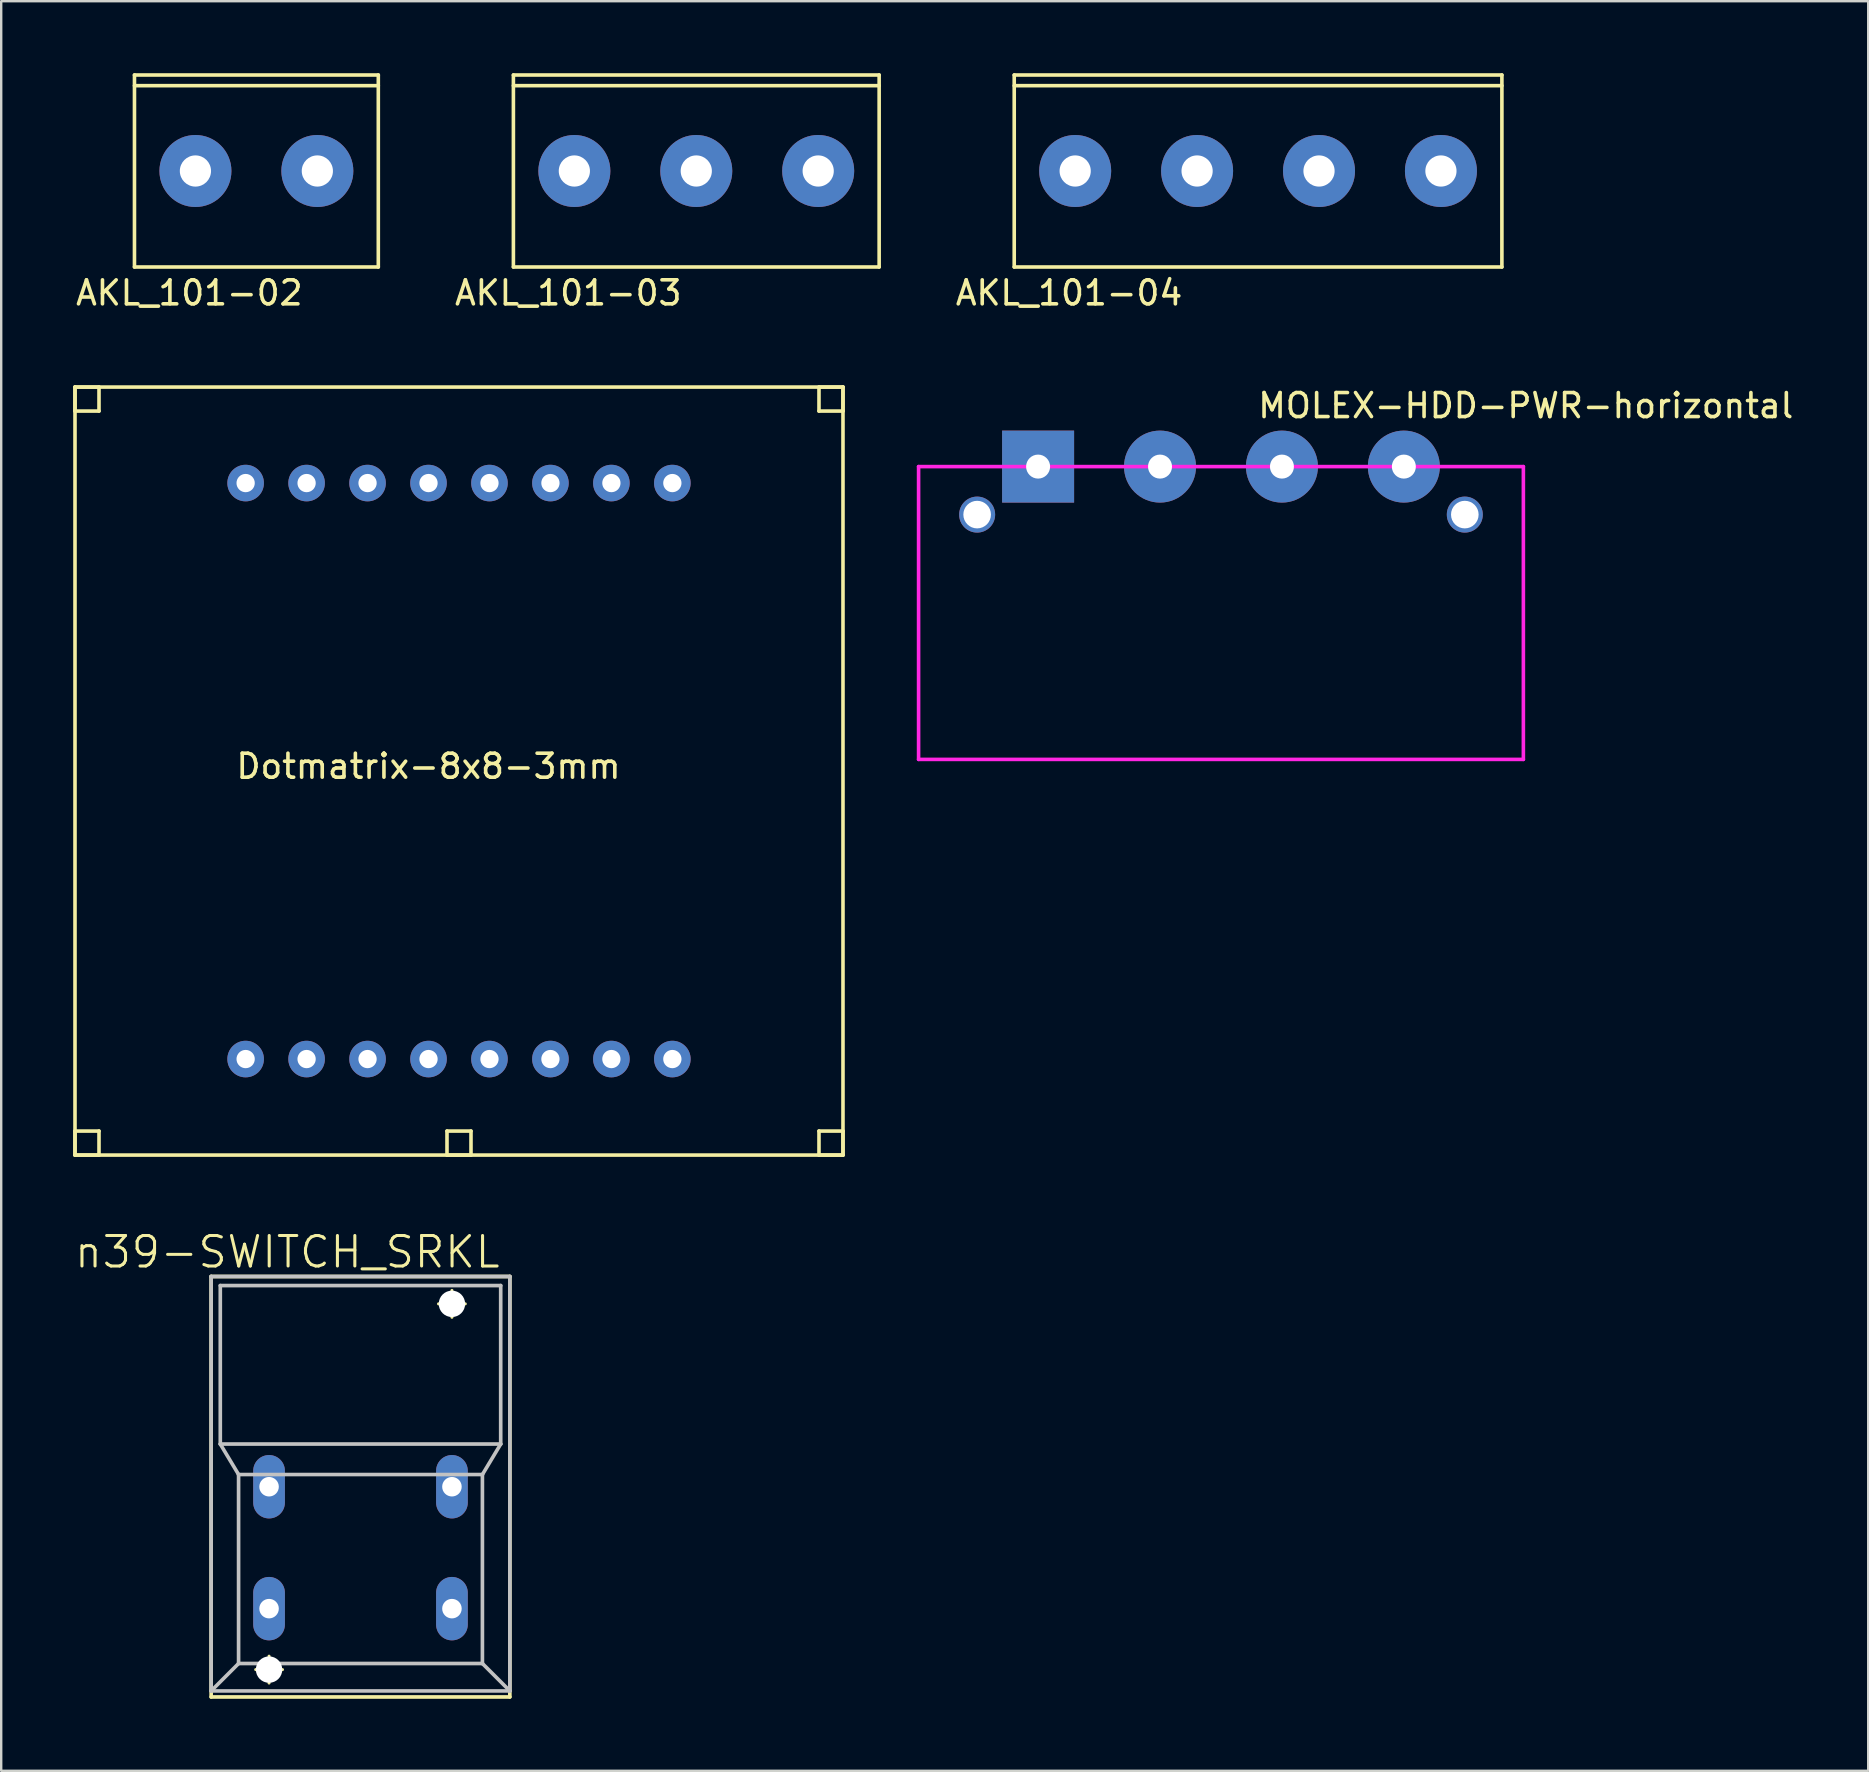
<source format=kicad_pcb>
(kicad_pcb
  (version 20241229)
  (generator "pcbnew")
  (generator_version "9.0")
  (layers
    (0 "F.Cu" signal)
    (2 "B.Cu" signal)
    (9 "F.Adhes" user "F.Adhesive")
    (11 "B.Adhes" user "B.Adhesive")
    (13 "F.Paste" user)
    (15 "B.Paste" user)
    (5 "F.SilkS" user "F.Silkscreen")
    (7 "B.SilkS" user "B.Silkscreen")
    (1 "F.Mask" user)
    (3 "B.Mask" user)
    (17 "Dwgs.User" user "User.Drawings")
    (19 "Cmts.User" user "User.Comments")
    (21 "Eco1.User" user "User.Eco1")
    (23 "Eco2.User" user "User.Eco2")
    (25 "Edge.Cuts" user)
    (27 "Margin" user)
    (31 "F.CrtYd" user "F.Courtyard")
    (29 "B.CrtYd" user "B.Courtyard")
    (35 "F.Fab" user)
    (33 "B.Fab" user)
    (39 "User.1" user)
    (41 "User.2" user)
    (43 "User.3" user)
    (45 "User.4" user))
  (footprint "AKL_101-02"
    (layer "F.Cu")
    (at 5.093 4.075)
    (property "Reference" "AKL_101-02" (at -0.254 5.08 0) (layer "F.SilkS") (effects (font (size 1 1) (thickness 0.15))))
    (attr through_hole)
    (fp_line (start -2.54 -4) (end -2.54 4) (stroke (width 0.15) (type solid)) (layer "F.SilkS"))
    (fp_line (start -2.54 -4) (end 7.62 -4) (stroke (width 0.15) (type solid)) (layer "F.SilkS"))
    (fp_line (start -2.54 -3.556) (end 7.62 -3.556) (stroke (width 0.15) (type solid)) (layer "F.SilkS"))
    (fp_line (start -2.54 4) (end 7.62 4) (stroke (width 0.15) (type solid)) (layer "F.SilkS"))
    (fp_line (start 7.62 -4) (end 7.62 4) (stroke (width 0.15) (type solid)) (layer "F.SilkS"))
    (pad "1" thru_hole circle (at 0 0) (size 3 3) (drill 1.3) (layers "*.Cu" "*.Mask"))
    (pad "2" thru_hole circle (at 5.08 0) (size 3 3) (drill 1.3) (layers "*.Cu" "*.Mask")))
  (footprint "Dotmatrix-8x8-3mm"
    (layer "F.Cu")
    (at 14.805 28.378)
    (property "Reference" "Dotmatrix-8x8-3mm" (at 0 0.5 0) (layer "F.SilkS") (effects (font (size 1 1) (thickness 0.15))))
    (attr through_hole)
    (fp_line (start -14.73 -15.3) (end -14.73 16.7) (stroke (width 0.15) (type solid)) (layer "F.SilkS"))
    (fp_line (start -14.73 -15.3) (end -13.73 -15.3) (stroke (width 0.15) (type solid)) (layer "F.SilkS"))
    (fp_line (start -14.73 -14.3) (end -14.73 -15.3) (stroke (width 0.15) (type solid)) (layer "F.SilkS"))
    (fp_line (start -14.73 15.7) (end -13.73 15.7) (stroke (width 0.15) (type solid)) (layer "F.SilkS"))
    (fp_line (start -14.73 16.7) (end -14.73 15.7) (stroke (width 0.15) (type solid)) (layer "F.SilkS"))
    (fp_line (start -14.73 16.7) (end 17.27 16.7) (stroke (width 0.15) (type solid)) (layer "F.SilkS"))
    (fp_line (start -13.73 -15.3) (end -13.73 -14.3) (stroke (width 0.15) (type solid)) (layer "F.SilkS"))
    (fp_line (start -13.73 -14.3) (end -14.73 -14.3) (stroke (width 0.15) (type solid)) (layer "F.SilkS"))
    (fp_line (start -13.73 15.7) (end -13.73 16.7) (stroke (width 0.15) (type solid)) (layer "F.SilkS"))
    (fp_line (start -13.73 16.7) (end -14.73 16.7) (stroke (width 0.15) (type solid)) (layer "F.SilkS"))
    (fp_line (start 0.77 15.7) (end 1.77 15.7) (stroke (width 0.15) (type solid)) (layer "F.SilkS"))
    (fp_line (start 0.77 16.7) (end 0.77 15.7) (stroke (width 0.15) (type solid)) (layer "F.SilkS"))
    (fp_line (start 1.77 15.7) (end 1.77 16.7) (stroke (width 0.15) (type solid)) (layer "F.SilkS"))
    (fp_line (start 1.77 16.7) (end 0.77 16.7) (stroke (width 0.15) (type solid)) (layer "F.SilkS"))
    (fp_line (start 16.27 -15.3) (end 17.27 -15.3) (stroke (width 0.15) (type solid)) (layer "F.SilkS"))
    (fp_line (start 16.27 -14.3) (end 16.27 -15.3) (stroke (width 0.15) (type solid)) (layer "F.SilkS"))
    (fp_line (start 16.27 15.7) (end 17.27 15.7) (stroke (width 0.15) (type solid)) (layer "F.SilkS"))
    (fp_line (start 16.27 16.7) (end 16.27 15.7) (stroke (width 0.15) (type solid)) (layer "F.SilkS"))
    (fp_line (start 17.27 -15.3) (end -14.73 -15.3) (stroke (width 0.15) (type solid)) (layer "F.SilkS"))
    (fp_line (start 17.27 -15.3) (end 17.27 -14.3) (stroke (width 0.15) (type solid)) (layer "F.SilkS"))
    (fp_line (start 17.27 -14.3) (end 16.27 -14.3) (stroke (width 0.15) (type solid)) (layer "F.SilkS"))
    (fp_line (start 17.27 15.7) (end 17.27 16.7) (stroke (width 0.15) (type solid)) (layer "F.SilkS"))
    (fp_line (start 17.27 16.7) (end 16.27 16.7) (stroke (width 0.15) (type solid)) (layer "F.SilkS"))
    (fp_line (start 17.27 16.7) (end 17.27 -15.3) (stroke (width 0.15) (type solid)) (layer "F.SilkS"))
    (pad "1" thru_hole circle (at -7.62 12.7) (size 1.524 1.524) (drill 0.762) (layers "*.Cu" "*.Mask"))
    (pad "2" thru_hole circle (at -5.08 12.7) (size 1.524 1.524) (drill 0.762) (layers "*.Cu" "*.Mask"))
    (pad "3" thru_hole circle (at -2.54 12.7) (size 1.524 1.524) (drill 0.762) (layers "*.Cu" "*.Mask"))
    (pad "4" thru_hole circle (at 0 12.7) (size 1.524 1.524) (drill 0.762) (layers "*.Cu" "*.Mask"))
    (pad "5" thru_hole circle (at 2.54 12.7) (size 1.524 1.524) (drill 0.762) (layers "*.Cu" "*.Mask"))
    (pad "6" thru_hole circle (at 5.08 12.7) (size 1.524 1.524) (drill 0.762) (layers "*.Cu" "*.Mask"))
    (pad "7" thru_hole circle (at 7.62 12.7) (size 1.524 1.524) (drill 0.762) (layers "*.Cu" "*.Mask"))
    (pad "8" thru_hole circle (at 10.16 12.7) (size 1.524 1.524) (drill 0.762) (layers "*.Cu" "*.Mask"))
    (pad "9" thru_hole circle (at 10.16 -11.3) (size 1.524 1.524) (drill 0.762) (layers "*.Cu" "*.Mask"))
    (pad "10" thru_hole circle (at 7.62 -11.3) (size 1.524 1.524) (drill 0.762) (layers "*.Cu" "*.Mask"))
    (pad "11" thru_hole circle (at 5.08 -11.3) (size 1.524 1.524) (drill 0.762) (layers "*.Cu" "*.Mask"))
    (pad "12" thru_hole circle (at 2.54 -11.3) (size 1.524 1.524) (drill 0.762) (layers "*.Cu" "*.Mask"))
    (pad "13" thru_hole circle (at 0 -11.3) (size 1.524 1.524) (drill 0.762) (layers "*.Cu" "*.Mask"))
    (pad "14" thru_hole circle (at -2.54 -11.3) (size 1.524 1.524) (drill 0.762) (layers "*.Cu" "*.Mask"))
    (pad "15" thru_hole circle (at -5.08 -11.3) (size 1.524 1.524) (drill 0.762) (layers "*.Cu" "*.Mask"))
    (pad "16" thru_hole circle (at -7.62 -11.3) (size 1.524 1.524) (drill 0.762) (layers "*.Cu" "*.Mask")))
  (footprint "AKL_101-03"
    (layer "F.Cu")
    (at 20.882 4.075)
    (property "Reference" "AKL_101-03" (at -0.254 5.08 0) (layer "F.SilkS") (effects (font (size 1 1) (thickness 0.15))))
    (attr through_hole)
    (fp_line (start -2.54 -4) (end -2.54 4) (stroke (width 0.15) (type solid)) (layer "F.SilkS"))
    (fp_line (start -2.54 -4) (end 12.7 -4) (stroke (width 0.15) (type solid)) (layer "F.SilkS"))
    (fp_line (start -2.54 -3.556) (end 12.7 -3.556) (stroke (width 0.15) (type solid)) (layer "F.SilkS"))
    (fp_line (start -2.54 4) (end 12.7 4) (stroke (width 0.15) (type solid)) (layer "F.SilkS"))
    (fp_line (start 12.7 -4) (end 12.7 4) (stroke (width 0.15) (type solid)) (layer "F.SilkS"))
    (pad "1" thru_hole circle (at 0 0) (size 3 3) (drill 1.3) (layers "*.Cu" "*.Mask"))
    (pad "2" thru_hole circle (at 5.08 0) (size 3 3) (drill 1.3) (layers "*.Cu" "*.Mask"))
    (pad "3" thru_hole circle (at 10.16 0) (size 3 3) (drill 1.3) (layers "*.Cu" "*.Mask")))
  (footprint "MOLEX-HDD-PWR-horizontal"
    (layer "F.Cu")
    (at 47.825 16.392)
    (property "Reference" "MOLEX-HDD-PWR-horizontal" (at 12.7 -2.54 0) (layer "F.SilkS") (effects (font (size 1 1) (thickness 0.15))))
    (attr through_hole)
    (fp_line (start -12.6 0) (end -12.6 12.2) (stroke (width 0.15) (type solid)) (layer "F.CrtYd"))
    (fp_line (start -12.6 0) (end 12.6 0) (stroke (width 0.15) (type solid)) (layer "F.CrtYd"))
    (fp_line (start -12.6 12.2) (end 12.6 12.2) (stroke (width 0.15) (type solid)) (layer "F.CrtYd"))
    (fp_line (start 12.6 0) (end 12.6 12.2) (stroke (width 0.15) (type solid)) (layer "F.CrtYd"))
    (pad "" np_thru_hole circle (at -10.16 2) (size 1.5 1.5) (drill 1.15) (layers "*.Cu" "*.Mask"))
    (pad "" np_thru_hole circle (at 10.16 2) (size 1.5 1.5) (drill 1.15) (layers "*.Cu" "*.Mask"))
    (pad "1" thru_hole rect (at -7.62 0) (size 3 3) (drill 1) (layers "*.Cu" "*.Mask"))
    (pad "2" thru_hole circle (at -2.54 0) (size 3 3) (drill 1) (layers "*.Cu" "*.Mask"))
    (pad "3" thru_hole circle (at 2.54 0) (size 3 3) (drill 1) (layers "*.Cu" "*.Mask"))
    (pad "4" thru_hole circle (at 7.62 0) (size 3 3) (drill 1) (layers "*.Cu" "*.Mask")))
  (footprint "n39-SWITCH_SRKL"
    (layer "F.Cu")
    (at 11.971 58.898)
    (property "Reference" "n39-SWITCH_SRKL" (at -3.048 -9.779 0) (layer "F.SilkS") (effects (font (size 1.27 1.27) (thickness 0.127))))
    (attr exclude_from_pos_files exclude_from_bom)
    (fp_line (start -6.223 8.76) (end -6.223 -8.76) (stroke (width 0.152) (type solid)) (layer "F.SilkS"))
    (fp_line (start -6.223 8.76) (end 6.223 8.76) (stroke (width 0.152) (type solid)) (layer "F.SilkS"))
    (fp_line (start -4.366 7.62) (end -3.251 7.62) (stroke (width 0.127) (type solid)) (layer "F.SilkS"))
    (fp_line (start -3.81 8.179) (end -3.81 7.061) (stroke (width 0.127) (type solid)) (layer "F.SilkS"))
    (fp_line (start 3.251 -7.62) (end 4.366 -7.62) (stroke (width 0.127) (type solid)) (layer "F.SilkS"))
    (fp_line (start 3.81 -7.061) (end 3.81 -8.179) (stroke (width 0.127) (type solid)) (layer "F.SilkS"))
    (fp_line (start 6.223 -8.76) (end -6.223 -8.76) (stroke (width 0.152) (type solid)) (layer "F.SilkS"))
    (fp_line (start 6.223 -8.76) (end 6.223 8.76) (stroke (width 0.152) (type solid)) (layer "F.SilkS"))
    (fp_circle (center -3.81 7.62) (end -4.089 7.899) (stroke (width 0.127) (type solid)) (fill no) (layer "F.SilkS"))
    (fp_circle (center 3.81 -7.62) (end 4.089 -7.899) (stroke (width 0.127) (type solid)) (fill no) (layer "F.SilkS"))
    (fp_line (start -6.223 -8.76) (end -6.223 8.509) (stroke (width 0.152) (type solid)) (layer "Dwgs.User"))
    (fp_line (start -5.842 -1.778) (end -5.842 -8.382) (stroke (width 0.152) (type solid)) (layer "Dwgs.User"))
    (fp_line (start -5.842 -1.778) (end -5.08 -0.508) (stroke (width 0.152) (type solid)) (layer "Dwgs.User"))
    (fp_line (start -5.842 -1.778) (end 5.842 -1.778) (stroke (width 0.152) (type solid)) (layer "Dwgs.User"))
    (fp_line (start -5.08 7.366) (end -6.223 8.509) (stroke (width 0.152) (type solid)) (layer "Dwgs.User"))
    (fp_line (start -5.08 7.366) (end -5.08 -0.508) (stroke (width 0.152) (type solid)) (layer "Dwgs.User"))
    (fp_line (start -5.08 7.366) (end 5.08 7.366) (stroke (width 0.152) (type solid)) (layer "Dwgs.User"))
    (fp_line (start 5.08 -0.508) (end -5.08 -0.508) (stroke (width 0.152) (type solid)) (layer "Dwgs.User"))
    (fp_line (start 5.08 -0.508) (end 5.08 7.366) (stroke (width 0.152) (type solid)) (layer "Dwgs.User"))
    (fp_line (start 5.08 7.366) (end 6.223 8.509) (stroke (width 0.152) (type solid)) (layer "Dwgs.User"))
    (fp_line (start 5.842 -8.382) (end -5.842 -8.382) (stroke (width 0.152) (type solid)) (layer "Dwgs.User"))
    (fp_line (start 5.842 -8.382) (end 5.842 -1.778) (stroke (width 0.152) (type solid)) (layer "Dwgs.User"))
    (fp_line (start 5.842 -1.778) (end 5.08 -0.508) (stroke (width 0.152) (type solid)) (layer "Dwgs.User"))
    (fp_line (start 6.223 -8.76) (end -6.223 -8.76) (stroke (width 0.152) (type solid)) (layer "Dwgs.User"))
    (fp_line (start 6.223 -8.76) (end 6.223 8.509) (stroke (width 0.152) (type solid)) (layer "Dwgs.User"))
    (fp_line (start 6.223 8.509) (end -6.223 8.509) (stroke (width 0.152) (type solid)) (layer "Dwgs.User"))
    (pad "" np_thru_hole circle (at -3.81 7.62) (size 1.1 1.1) (drill 1.1) (layers "*.Cu"))
    (pad "" np_thru_hole circle (at 3.81 -7.62) (size 1.1 1.1) (drill 1.1) (layers "*.Cu"))
    (pad "1" thru_hole oval (at -3.81 5.08 180) (size 1.321 2.642) (drill 0.813) (layers "*.Cu" "*.Paste" "*.Mask"))
    (pad "2" thru_hole oval (at -3.81 0 180) (size 1.321 2.642) (drill 0.813) (layers "*.Cu" "*.Paste" "*.Mask"))
    (pad "3" thru_hole oval (at 3.81 0 180) (size 1.321 2.642) (drill 0.813) (layers "*.Cu" "*.Paste" "*.Mask"))
    (pad "4" thru_hole oval (at 3.81 5.08 180) (size 1.321 2.642) (drill 0.813) (layers "*.Cu" "*.Paste" "*.Mask")))
  (footprint "AKL_101-04"
    (layer "F.Cu")
    (at 41.75 4.075)
    (property "Reference" "AKL_101-04" (at -0.254 5.08 0) (layer "F.SilkS") (effects (font (size 1 1) (thickness 0.15))))
    (attr through_hole)
    (fp_line (start -2.54 -4) (end -2.54 4) (stroke (width 0.15) (type solid)) (layer "F.SilkS"))
    (fp_line (start -2.54 -4) (end 17.78 -4) (stroke (width 0.15) (type solid)) (layer "F.SilkS"))
    (fp_line (start -2.54 -3.556) (end 17.78 -3.556) (stroke (width 0.15) (type solid)) (layer "F.SilkS"))
    (fp_line (start -2.54 4) (end 17.78 4) (stroke (width 0.15) (type solid)) (layer "F.SilkS"))
    (fp_line (start 17.78 -4) (end 17.78 4) (stroke (width 0.15) (type solid)) (layer "F.SilkS"))
    (pad "1" thru_hole circle (at 0 0) (size 3 3) (drill 1.3) (layers "*.Cu" "*.Mask"))
    (pad "2" thru_hole circle (at 5.08 0) (size 3 3) (drill 1.3) (layers "*.Cu" "*.Mask"))
    (pad "3" thru_hole circle (at 10.16 0) (size 3 3) (drill 1.3) (layers "*.Cu" "*.Mask"))
    (pad "4" thru_hole circle (at 15.24 0) (size 3 3) (drill 1.3) (layers "*.Cu" "*.Mask")))
  (gr_rect
    (start -3 -3)
    (end 74.793 70.735)
    (stroke (width 0.1) (type default))
    (fill no)
    (layer "Edge.Cuts")))
</source>
